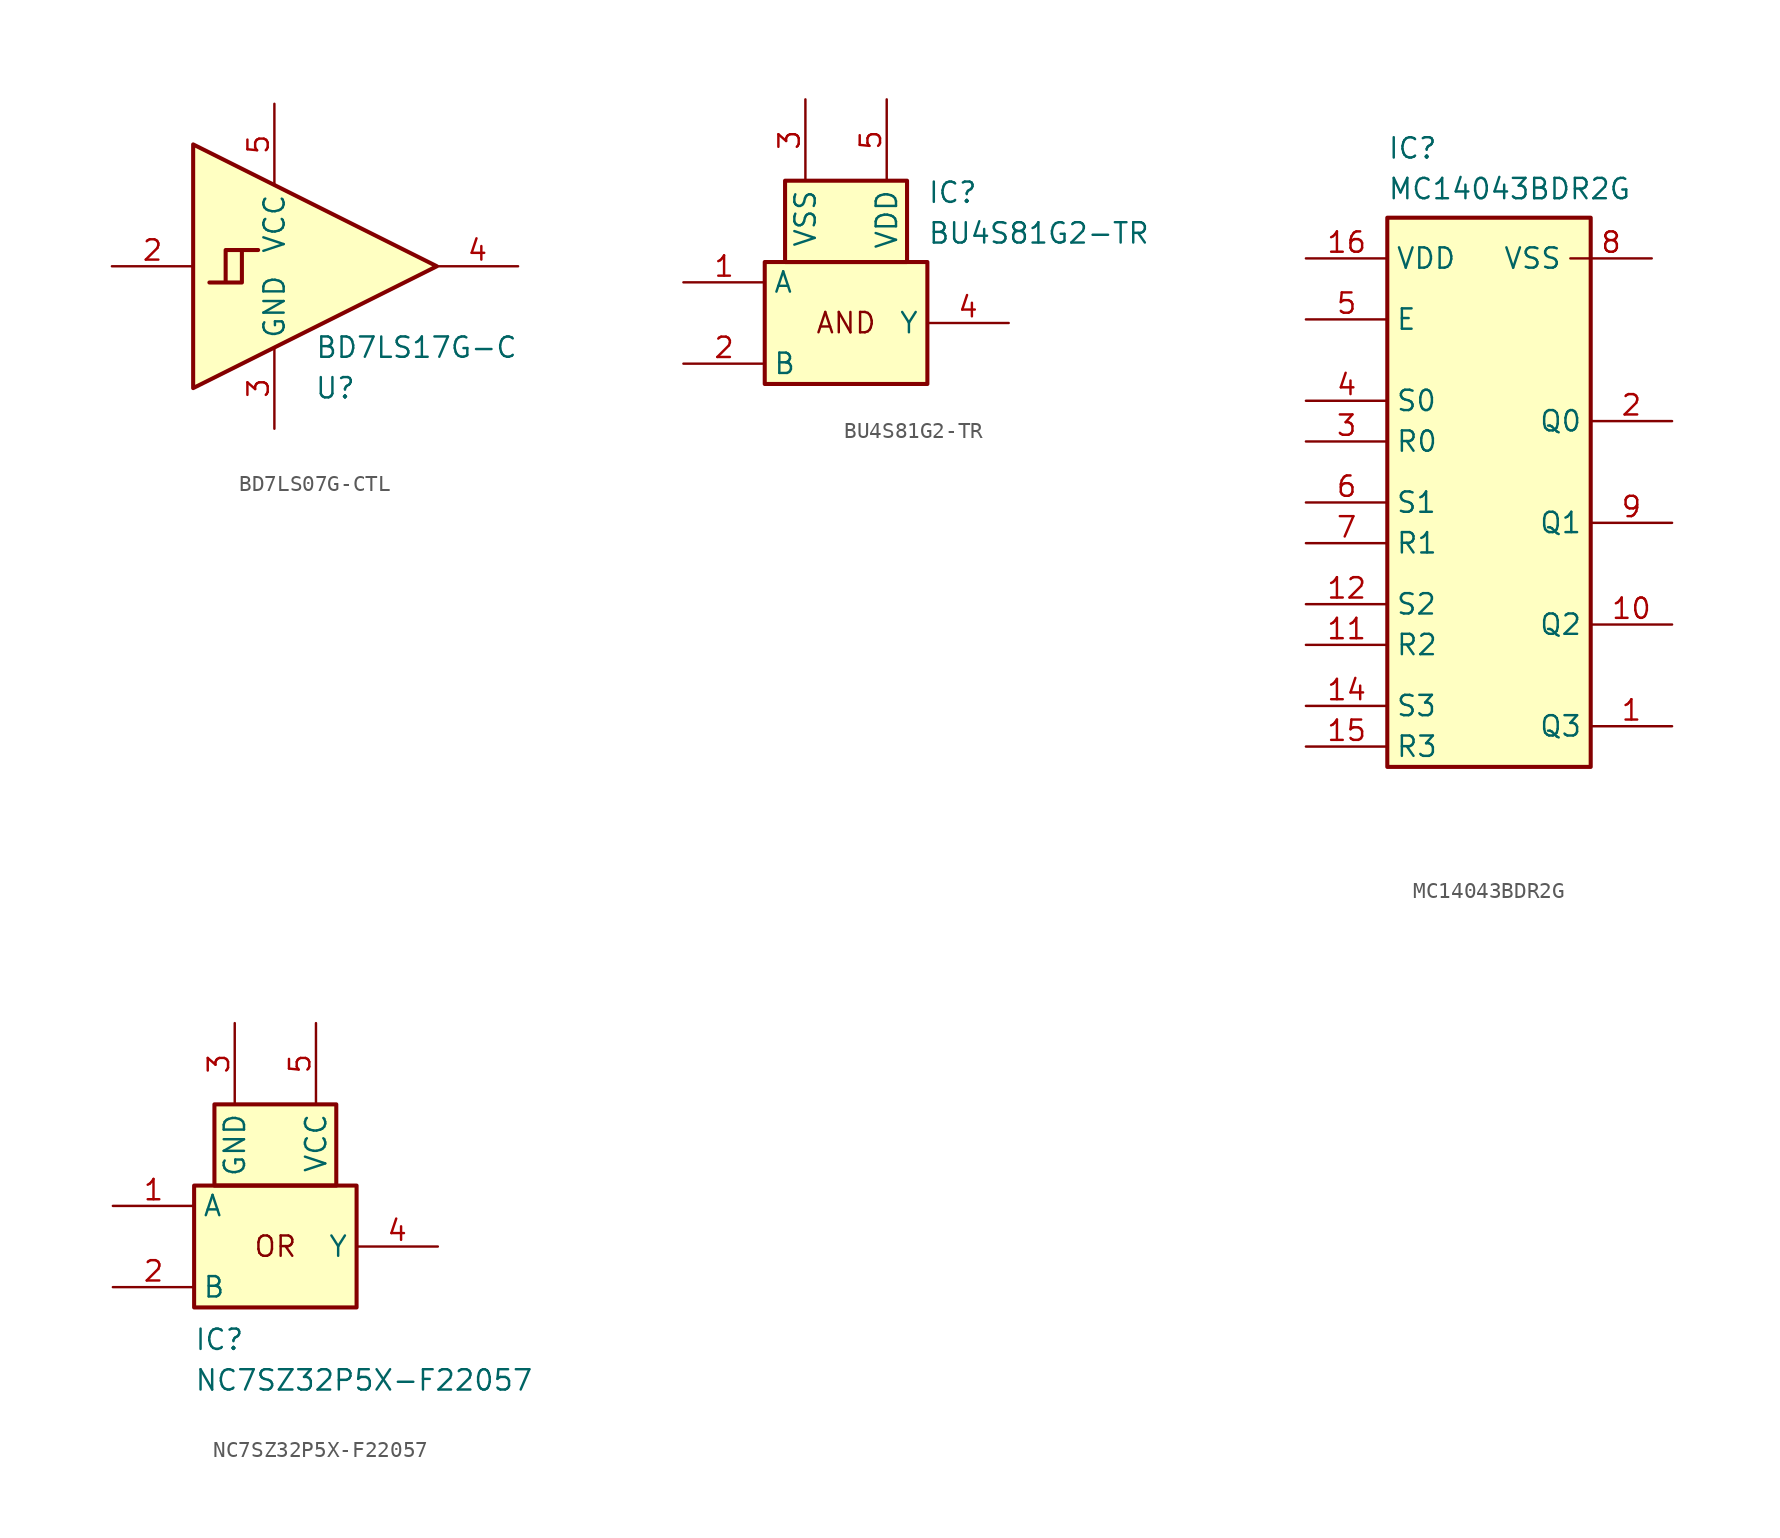
<source format=kicad_sym>
(kicad_symbol_lib
  (version 20220914)
  (generator kicad_symbol_editor)
  (symbol "BD7LS07G-CTL"
    (property "Reference" "U"
      (at 3.81 -7.62 0)
      (effects (font (size 1.27 1.27))))
    (property "Value" "BD7LS17G-C"
      (at 8.89 -5.08 0)
      (effects (font (size 1.27 1.27))))
    (symbol "BD7LS07G-CTL_0_1"
      (polyline (pts (xy -2.032 1.016) (xy -1.016 1.016)) (stroke (width 0.254) (type default)) (fill (type background)))
      (polyline (pts (xy -5.08 7.62) (xy -5.08 -7.62) (xy 10.16 0) (xy -5.08 7.62)) (stroke (width 0.254) (type default)) (fill (type background)))
      (polyline (pts (xy -3.048 -1.016) (xy -3.048 1.016) (xy -2.032 1.016) (xy -2.032 -1.016) (xy -4.064 -1.016)) (stroke (width 0.254) (type default)) (fill (type background))))
    (symbol "BD7LS07G-CTL_1_1"
      (pin no_connect line (at 6.35 -3.81 180) (length 0.508) hide (name "1" (effects (font (size 1.27 1.27)))) (number "1" (effects (font (size 1.27 1.27)))))
      (pin input line (at -10.16 0 0) (length 5.08) (name "~" (effects (font (size 1.27 1.27)))) (number "2" (effects (font (size 1.27 1.27)))))
      (pin power_in line (at 0 -10.16 90) (length 5.08) (name "GND" (effects (font (size 1.27 1.27)))) (number "3" (effects (font (size 1.27 1.27)))))
      (pin output line (at 15.24 0 180) (length 5.08) (name "~" (effects (font (size 1.27 1.27)))) (number "4" (effects (font (size 1.27 1.27)))))
      (pin power_in line (at 0 10.16 270) (length 5.08) (name "VCC" (effects (font (size 1.27 1.27)))) (number "5" (effects (font (size 1.27 1.27)))))))
  (symbol "BU4S81G2-TR"
    (property "Reference" "IC"
      (at 5.08 8.89 0)
      (effects (font (size 1.27 1.27)) (justify left top)))
    (property "Value" "BU4S81G2-TR"
      (at 5.08 6.35 0)
      (effects (font (size 1.27 1.27)) (justify left top)))
    (symbol "BU4S81G2-TR_1_1"
      (rectangle (start -5.08 3.81) (end 5.08 -3.81) (stroke (width 0.254) (type default)) (fill (type background)))
      (rectangle (start -3.81 8.89) (end 3.81 3.81) (stroke (width 0.254) (type default)) (fill (type background)))
      (text "AND" (at 0 0 0) (effects (font (size 1.27 1.27))))
      (pin passive line (at -10.16 2.54 0) (length 5.08) (name "A" (effects (font (size 1.27 1.27)))) (number "1" (effects (font (size 1.27 1.27)))))
      (pin passive line (at -10.16 -2.54 0) (length 5.08) (name "B" (effects (font (size 1.27 1.27)))) (number "2" (effects (font (size 1.27 1.27)))))
      (pin passive line (at -2.54 13.97 270) (length 5.08) (name "VSS" (effects (font (size 1.27 1.27)))) (number "3" (effects (font (size 1.27 1.27)))))
      (pin passive line (at 10.16 0 180) (length 5.08) (name "Y" (effects (font (size 1.27 1.27)))) (number "4" (effects (font (size 1.27 1.27)))))
      (pin passive line (at 2.54 13.97 270) (length 5.08) (name "VDD" (effects (font (size 1.27 1.27)))) (number "5" (effects (font (size 1.27 1.27)))))))
  (symbol "MC14043BDR2G"
    (property "Reference" "IC"
      (at -6.35 24.13 0)
      (effects (font (size 1.27 1.27)) (justify left top)))
    (property "Value" "MC14043BDR2G"
      (at -6.35 21.59 0)
      (effects (font (size 1.27 1.27)) (justify left top)))
    (symbol "MC14043BDR2G_1_1"
      (rectangle (start -6.35 19.05) (end 6.35 -15.24) (stroke (width 0.254) (type default)) (fill (type background)))
      (pin output line (at 11.43 -12.7 180) (length 5.08) (name "Q3" (effects (font (size 1.27 1.27)))) (number "1" (effects (font (size 1.27 1.27)))))
      (pin output line (at 11.43 -6.35 180) (length 5.08) (name "Q2" (effects (font (size 1.27 1.27)))) (number "10" (effects (font (size 1.27 1.27)))))
      (pin input line (at -11.43 -7.62 0) (length 5.08) (name "R2" (effects (font (size 1.27 1.27)))) (number "11" (effects (font (size 1.27 1.27)))))
      (pin input line (at -11.43 -5.08 0) (length 5.08) (name "S2" (effects (font (size 1.27 1.27)))) (number "12" (effects (font (size 1.27 1.27)))))
      (pin no_connect line (at -2.54 -17.78 180) (length 5.08) hide (name "NC" (effects (font (size 1.27 1.27)))) (number "13" (effects (font (size 1.27 1.27)))))
      (pin input line (at -11.43 -11.43 0) (length 5.08) (name "S3" (effects (font (size 1.27 1.27)))) (number "14" (effects (font (size 1.27 1.27)))))
      (pin input line (at -11.43 -13.97 0) (length 5.08) (name "R3" (effects (font (size 1.27 1.27)))) (number "15" (effects (font (size 1.27 1.27)))))
      (pin power_in line (at -11.43 16.51 0) (length 5.08) (name "VDD" (effects (font (size 1.27 1.27)))) (number "16" (effects (font (size 1.27 1.27)))))
      (pin output line (at 11.43 6.35 180) (length 5.08) (name "Q0" (effects (font (size 1.27 1.27)))) (number "2" (effects (font (size 1.27 1.27)))))
      (pin input line (at -11.43 5.08 0) (length 5.08) (name "R0" (effects (font (size 1.27 1.27)))) (number "3" (effects (font (size 1.27 1.27)))))
      (pin input line (at -11.43 7.62 0) (length 5.08) (name "S0" (effects (font (size 1.27 1.27)))) (number "4" (effects (font (size 1.27 1.27)))))
      (pin input line (at -11.43 12.7 0) (length 5.08) (name "E" (effects (font (size 1.27 1.27)))) (number "5" (effects (font (size 1.27 1.27)))))
      (pin input line (at -11.43 1.27 0) (length 5.08) (name "S1" (effects (font (size 1.27 1.27)))) (number "6" (effects (font (size 1.27 1.27)))))
      (pin input line (at -11.43 -1.27 0) (length 5.08) (name "R1" (effects (font (size 1.27 1.27)))) (number "7" (effects (font (size 1.27 1.27)))))
      (pin power_in line (at 10.16 16.51 180) (length 5.08) (name "VSS" (effects (font (size 1.27 1.27)))) (number "8" (effects (font (size 1.27 1.27)))))
      (pin output line (at 11.43 0 180) (length 5.08) (name "Q1" (effects (font (size 1.27 1.27)))) (number "9" (effects (font (size 1.27 1.27)))))))
  (symbol "NC7SZ32P5X-F22057"
    (property "Reference" "IC"
      (at -5.08 -5.08 0)
      (effects (font (size 1.27 1.27)) (justify left top)))
    (property "Value" "NC7SZ32P5X-F22057"
      (at -5.08 -7.62 0)
      (effects (font (size 1.27 1.27)) (justify left top)))
    (symbol "NC7SZ32P5X-F22057_1_1"
      (rectangle (start -5.08 3.81) (end 5.08 -3.81) (stroke (width 0.254) (type default)) (fill (type background)))
      (rectangle (start -3.81 8.89) (end 3.81 3.81) (stroke (width 0.254) (type default)) (fill (type background)))
      (text "OR" (at 0 0 0) (effects (font (size 1.27 1.27))))
      (pin passive line (at -10.16 2.54 0) (length 5.08) (name "A" (effects (font (size 1.27 1.27)))) (number "1" (effects (font (size 1.27 1.27)))))
      (pin passive line (at -10.16 -2.54 0) (length 5.08) (name "B" (effects (font (size 1.27 1.27)))) (number "2" (effects (font (size 1.27 1.27)))))
      (pin passive line (at -2.54 13.97 270) (length 5.08) (name "GND" (effects (font (size 1.27 1.27)))) (number "3" (effects (font (size 1.27 1.27)))))
      (pin passive line (at 10.16 0 180) (length 5.08) (name "Y" (effects (font (size 1.27 1.27)))) (number "4" (effects (font (size 1.27 1.27)))))
      (pin passive line (at 2.54 13.97 270) (length 5.08) (name "VCC" (effects (font (size 1.27 1.27)))) (number "5" (effects (font (size 1.27 1.27))))))))
</source>
